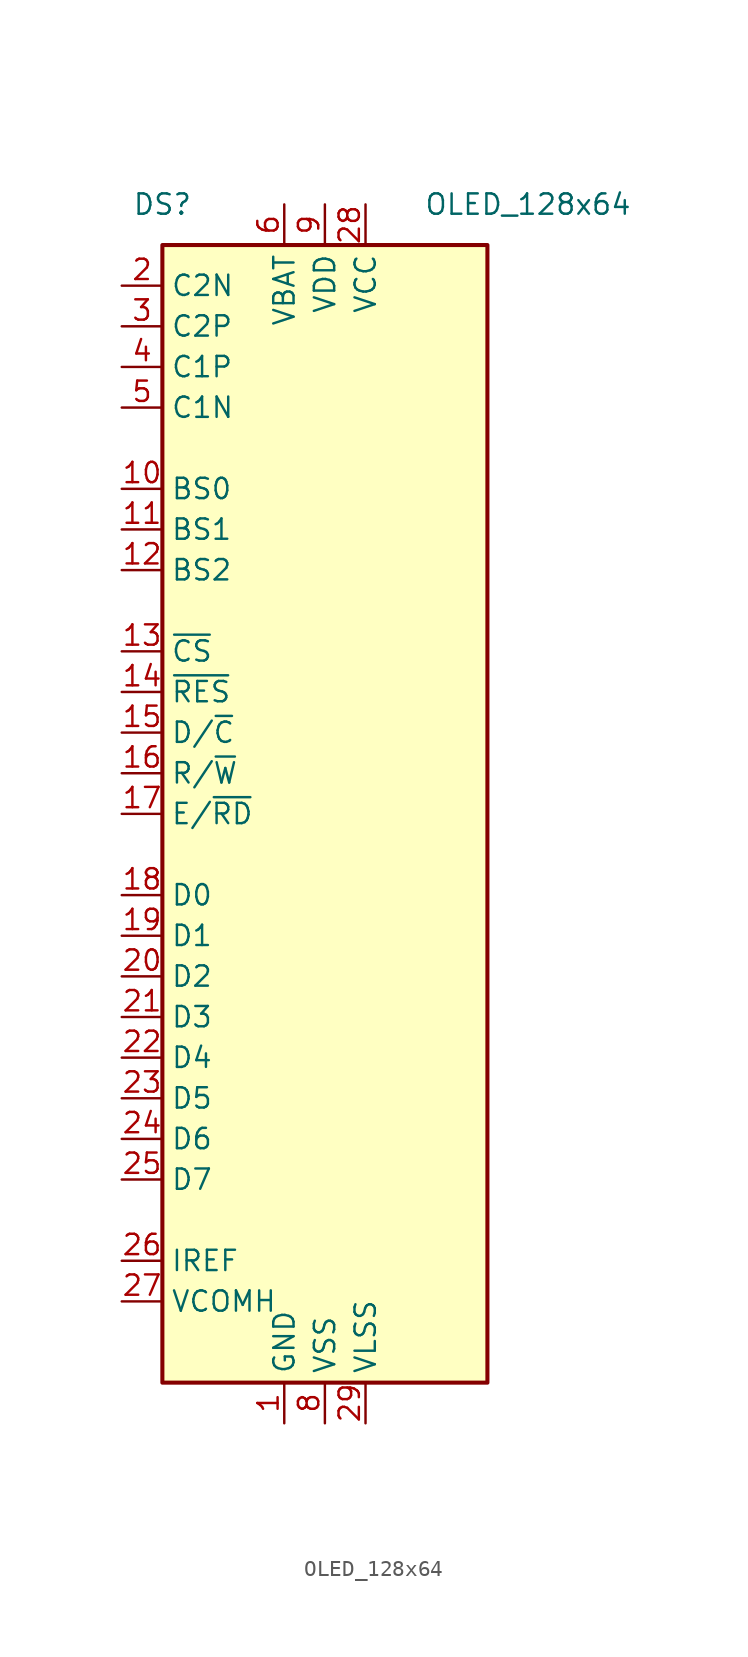
<source format=kicad_sym>
(kicad_symbol_lib
  (version 20220914)
  (generator kicad_symbol_editor)
  (symbol "OLED_128x64"
    (property "Reference" "DS"
      (at -10.16 38.1 0)
      (effects (font (size 1.27 1.27))))
    (property "Value" "OLED_128x64"
      (at 12.7 38.1 0)
      (effects (font (size 1.27 1.27))))
    (symbol "OLED_128x64_1_1"
      (rectangle (start -10.16 35.56) (end 10.16 -35.56) (stroke (width 0.254) (type default)) (fill (type background)))
      (pin power_in line (at -2.54 -38.1 90) (length 2.54) (name "GND" (effects (font (size 1.27 1.27)))) (number "1" (effects (font (size 1.27 1.27)))))
      (pin input line (at -12.7 20.32 0) (length 2.54) (name "BS0" (effects (font (size 1.27 1.27)))) (number "10" (effects (font (size 1.27 1.27)))))
      (pin input line (at -12.7 17.78 0) (length 2.54) (name "BS1" (effects (font (size 1.27 1.27)))) (number "11" (effects (font (size 1.27 1.27)))))
      (pin input line (at -12.7 15.24 0) (length 2.54) (name "BS2" (effects (font (size 1.27 1.27)))) (number "12" (effects (font (size 1.27 1.27)))))
      (pin input line (at -12.7 10.16 0) (length 2.54) (name "~{CS}" (effects (font (size 1.27 1.27)))) (number "13" (effects (font (size 1.27 1.27)))))
      (pin input line (at -12.7 7.62 0) (length 2.54) (name "~{RES}" (effects (font (size 1.27 1.27)))) (number "14" (effects (font (size 1.27 1.27)))))
      (pin input line (at -12.7 5.08 0) (length 2.54) (name "D/~{C}" (effects (font (size 1.27 1.27)))) (number "15" (effects (font (size 1.27 1.27)))))
      (pin input line (at -12.7 2.54 0) (length 2.54) (name "R/~{W}" (effects (font (size 1.27 1.27)))) (number "16" (effects (font (size 1.27 1.27)))))
      (pin input line (at -12.7 0 0) (length 2.54) (name "E/~{RD}" (effects (font (size 1.27 1.27)))) (number "17" (effects (font (size 1.27 1.27)))))
      (pin bidirectional line (at -12.7 -5.08 0) (length 2.54) (name "D0" (effects (font (size 1.27 1.27)))) (number "18" (effects (font (size 1.27 1.27)))))
      (pin bidirectional line (at -12.7 -7.62 0) (length 2.54) (name "D1" (effects (font (size 1.27 1.27)))) (number "19" (effects (font (size 1.27 1.27)))))
      (pin passive line (at -12.7 33.02 0) (length 2.54) (name "C2N" (effects (font (size 1.27 1.27)))) (number "2" (effects (font (size 1.27 1.27)))))
      (pin bidirectional line (at -12.7 -10.16 0) (length 2.54) (name "D2" (effects (font (size 1.27 1.27)))) (number "20" (effects (font (size 1.27 1.27)))))
      (pin bidirectional line (at -12.7 -12.7 0) (length 2.54) (name "D3" (effects (font (size 1.27 1.27)))) (number "21" (effects (font (size 1.27 1.27)))))
      (pin bidirectional line (at -12.7 -15.24 0) (length 2.54) (name "D4" (effects (font (size 1.27 1.27)))) (number "22" (effects (font (size 1.27 1.27)))))
      (pin bidirectional line (at -12.7 -17.78 0) (length 2.54) (name "D5" (effects (font (size 1.27 1.27)))) (number "23" (effects (font (size 1.27 1.27)))))
      (pin bidirectional line (at -12.7 -20.32 0) (length 2.54) (name "D6" (effects (font (size 1.27 1.27)))) (number "24" (effects (font (size 1.27 1.27)))))
      (pin bidirectional line (at -12.7 -22.86 0) (length 2.54) (name "D7" (effects (font (size 1.27 1.27)))) (number "25" (effects (font (size 1.27 1.27)))))
      (pin passive line (at -12.7 -27.94 0) (length 2.54) (name "IREF" (effects (font (size 1.27 1.27)))) (number "26" (effects (font (size 1.27 1.27)))))
      (pin passive line (at -12.7 -30.48 0) (length 2.54) (name "VCOMH" (effects (font (size 1.27 1.27)))) (number "27" (effects (font (size 1.27 1.27)))))
      (pin power_in line (at 2.54 38.1 270) (length 2.54) (name "VCC" (effects (font (size 1.27 1.27)))) (number "28" (effects (font (size 1.27 1.27)))))
      (pin power_in line (at 2.54 -38.1 90) (length 2.54) (name "VLSS" (effects (font (size 1.27 1.27)))) (number "29" (effects (font (size 1.27 1.27)))))
      (pin passive line (at -12.7 30.48 0) (length 2.54) (name "C2P" (effects (font (size 1.27 1.27)))) (number "3" (effects (font (size 1.27 1.27)))))
      (pin passive line (at -2.54 -38.1 90) (length 2.54) hide (name "GND" (effects (font (size 1.27 1.27)))) (number "30" (effects (font (size 1.27 1.27)))))
      (pin passive line (at -12.7 27.94 0) (length 2.54) (name "C1P" (effects (font (size 1.27 1.27)))) (number "4" (effects (font (size 1.27 1.27)))))
      (pin passive line (at -12.7 25.4 0) (length 2.54) (name "C1N" (effects (font (size 1.27 1.27)))) (number "5" (effects (font (size 1.27 1.27)))))
      (pin power_in line (at -2.54 38.1 270) (length 2.54) (name "VBAT" (effects (font (size 1.27 1.27)))) (number "6" (effects (font (size 1.27 1.27)))))
      (pin no_connect line (at 10.16 0 180) (length 2.54) hide (name "NC" (effects (font (size 1.27 1.27)))) (number "7" (effects (font (size 1.27 1.27)))))
      (pin power_in line (at 0 -38.1 90) (length 2.54) (name "VSS" (effects (font (size 1.27 1.27)))) (number "8" (effects (font (size 1.27 1.27)))))
      (pin power_in line (at 0 38.1 270) (length 2.54) (name "VDD" (effects (font (size 1.27 1.27)))) (number "9" (effects (font (size 1.27 1.27))))))))
</source>
